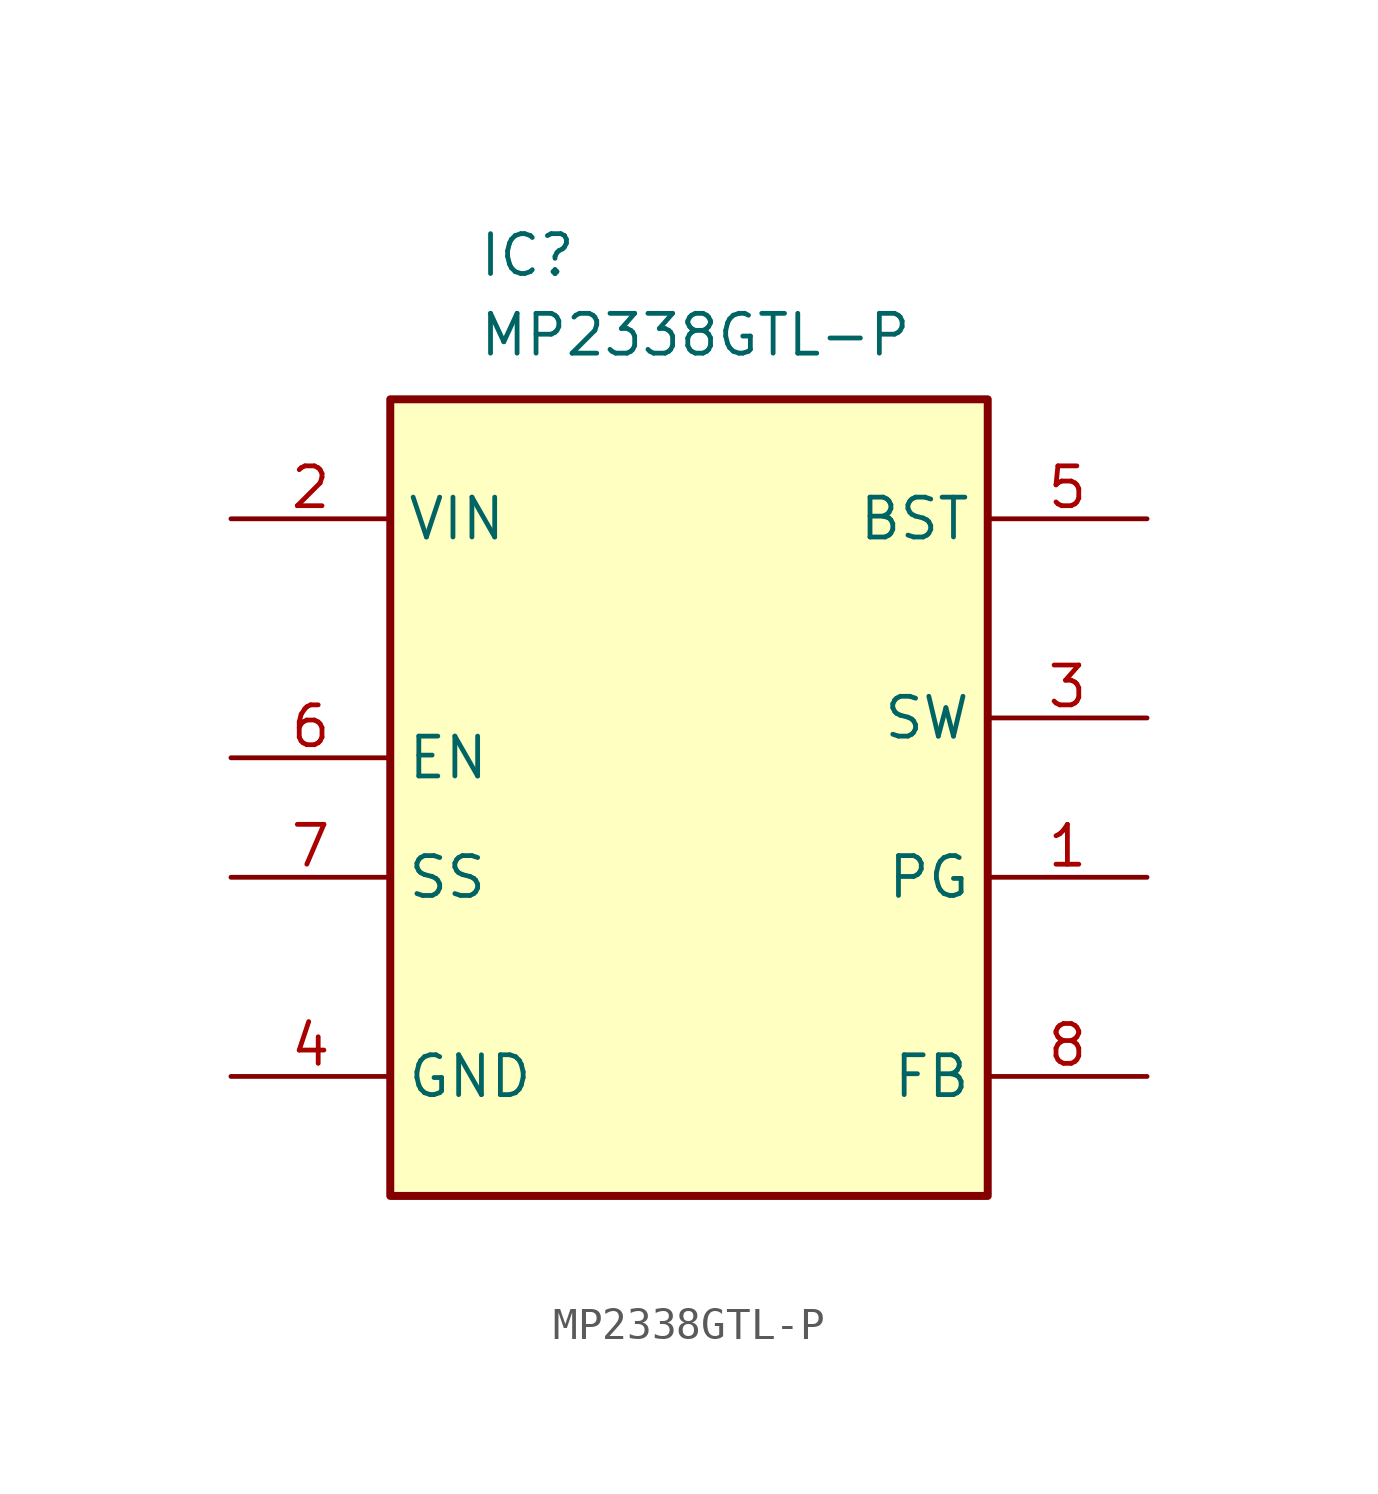
<source format=kicad_sym>
(kicad_symbol_lib
  (version 20231120)
  (generator "kicad_symbol_editor")
  (generator_version "8.0")
  (symbol "MP2338GTL-P"
    (property "Reference" "IC"
      (at 7.874 6.604 0)
      (effects (font (size 1.27 1.27)) (justify left top)))
    (property "Value" "MP2338GTL-P"
      (at 7.874 4.064 0)
      (effects (font (size 1.27 1.27)) (justify left top)))
    (symbol "MP2338GTL-P_1_1"
      (rectangle (start 5.08 1.27) (end 24.13 -24.13) (stroke (width 0.254) (type default)) (fill (type background)))
      (pin passive line (at 29.21 -13.97 180) (length 5.08) (name "PG" (effects (font (size 1.27 1.27)))) (number "1" (effects (font (size 1.27 1.27)))))
      (pin passive line (at 0 -2.54 0) (length 5.08) (name "VIN" (effects (font (size 1.27 1.27)))) (number "2" (effects (font (size 1.27 1.27)))))
      (pin passive line (at 29.21 -8.89 180) (length 5.08) (name "SW" (effects (font (size 1.27 1.27)))) (number "3" (effects (font (size 1.27 1.27)))))
      (pin passive line (at 0 -20.32 0) (length 5.08) (name "GND" (effects (font (size 1.27 1.27)))) (number "4" (effects (font (size 1.27 1.27)))))
      (pin passive line (at 29.21 -2.54 180) (length 5.08) (name "BST" (effects (font (size 1.27 1.27)))) (number "5" (effects (font (size 1.27 1.27)))))
      (pin passive line (at 0 -10.16 0) (length 5.08) (name "EN" (effects (font (size 1.27 1.27)))) (number "6" (effects (font (size 1.27 1.27)))))
      (pin passive line (at 0 -13.97 0) (length 5.08) (name "SS" (effects (font (size 1.27 1.27)))) (number "7" (effects (font (size 1.27 1.27)))))
      (pin passive line (at 29.21 -20.32 180) (length 5.08) (name "FB" (effects (font (size 1.27 1.27)))) (number "8" (effects (font (size 1.27 1.27))))))))
</source>
